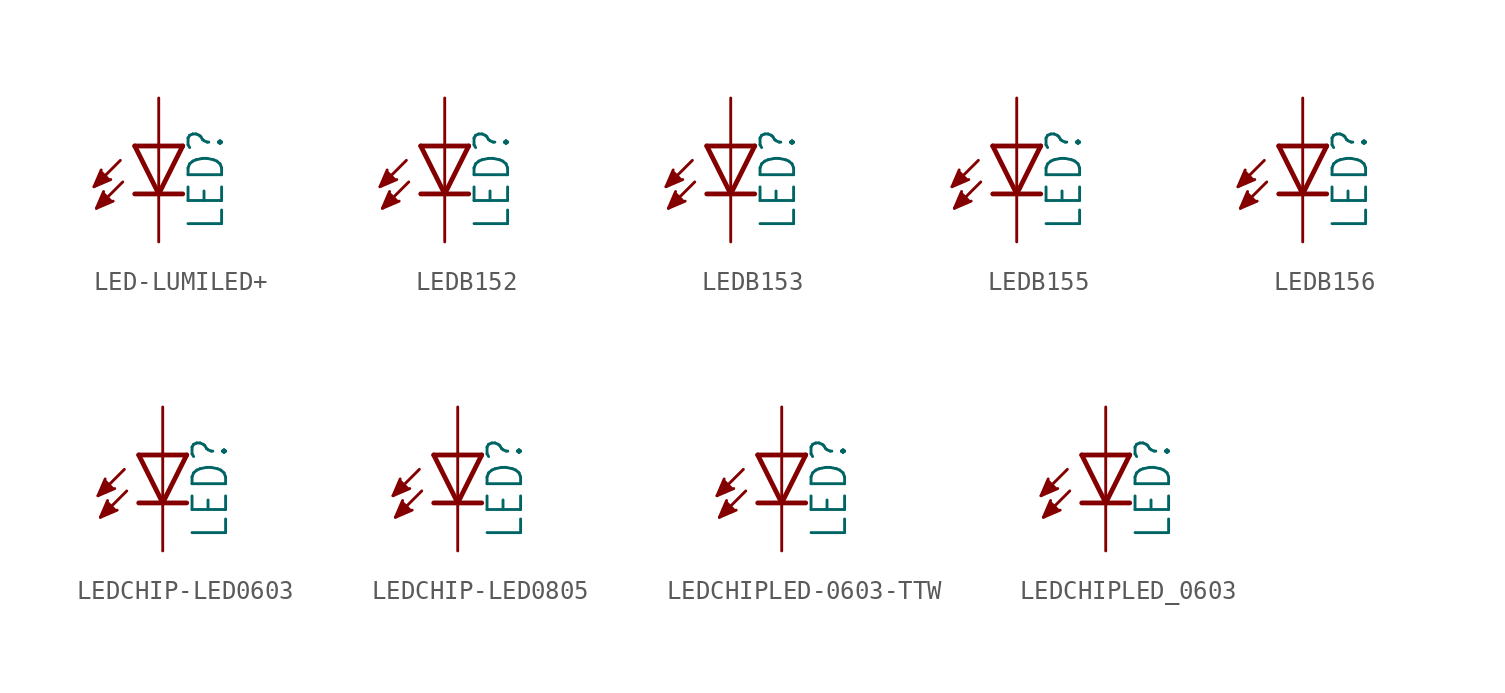
<source format=kicad_sym>
(kicad_symbol_lib
  (version 20231120)
  (generator "kicad_symbol_editor")
  (generator_version "8.0")
  (symbol "LED-LUMILED+"
    (property "Reference" "LED"
      (at 3.556 -4.572 90)
      (effects (font (size 1.778 1.511)) (justify left bottom)))
    (property "Value" ""
      (at 5.715 -4.572 90)
      (effects (font (size 1.778 1.511)) (justify left bottom)))
    (property "ki_locked" ""
      (at 0 0 0)
      (effects (font (size 1.27 1.27))))
    (symbol "LED-LUMILED+_1_0"
      (polyline (pts (xy -2.032 -0.762) (xy -3.429 -2.159)) (stroke (width 0.152) (type solid)) (fill (type none)))
      (polyline (pts (xy -1.905 -1.905) (xy -3.302 -3.302)) (stroke (width 0.152) (type solid)) (fill (type none)))
      (polyline (pts (xy 0 -2.54) (xy -1.27 -2.54)) (stroke (width 0.254) (type solid)) (fill (type none)))
      (polyline (pts (xy 0 -2.54) (xy -1.27 0)) (stroke (width 0.254) (type solid)) (fill (type none)))
      (polyline (pts (xy 0 0) (xy -1.27 0)) (stroke (width 0.254) (type solid)) (fill (type none)))
      (polyline (pts (xy 0 0) (xy 0 -2.54)) (stroke (width 0.152) (type solid)) (fill (type none)))
      (polyline (pts (xy 1.27 -2.54) (xy 0 -2.54)) (stroke (width 0.254) (type solid)) (fill (type none)))
      (polyline (pts (xy 1.27 0) (xy 0 -2.54)) (stroke (width 0.254) (type solid)) (fill (type none)))
      (polyline (pts (xy 1.27 0) (xy 0 0)) (stroke (width 0.254) (type solid)) (fill (type none)))
      (polyline (pts (xy -3.048 -1.27) (xy -3.429 -2.159) (xy -2.54 -1.778)) (stroke (width 0.152) (type solid)) (fill (type outline)))
      (polyline (pts (xy -2.921 -2.413) (xy -3.302 -3.302) (xy -2.413 -2.921)) (stroke (width 0.152) (type solid)) (fill (type outline)))
      (pin passive line (at 0 2.54 270) (length 2.54) (name "A" (effects (font (size 0 0)))) (number "2+" (effects (font (size 0 0)))))
      (pin passive line (at 0 -5.08 90) (length 2.54) (name "C" (effects (font (size 0 0)))) (number "4-" (effects (font (size 0 0)))))))
  (symbol "LEDB152"
    (property "Reference" "LED"
      (at 3.556 -4.572 90)
      (effects (font (size 1.778 1.511)) (justify left bottom)))
    (property "Value" ""
      (at 5.715 -4.572 90)
      (effects (font (size 1.778 1.511)) (justify left bottom)))
    (property "ki_locked" ""
      (at 0 0 0)
      (effects (font (size 1.27 1.27))))
    (symbol "LEDB152_1_0"
      (polyline (pts (xy -2.032 -0.762) (xy -3.429 -2.159)) (stroke (width 0.152) (type solid)) (fill (type none)))
      (polyline (pts (xy -1.905 -1.905) (xy -3.302 -3.302)) (stroke (width 0.152) (type solid)) (fill (type none)))
      (polyline (pts (xy 0 -2.54) (xy -1.27 -2.54)) (stroke (width 0.254) (type solid)) (fill (type none)))
      (polyline (pts (xy 0 -2.54) (xy -1.27 0)) (stroke (width 0.254) (type solid)) (fill (type none)))
      (polyline (pts (xy 0 0) (xy -1.27 0)) (stroke (width 0.254) (type solid)) (fill (type none)))
      (polyline (pts (xy 0 0) (xy 0 -2.54)) (stroke (width 0.152) (type solid)) (fill (type none)))
      (polyline (pts (xy 1.27 -2.54) (xy 0 -2.54)) (stroke (width 0.254) (type solid)) (fill (type none)))
      (polyline (pts (xy 1.27 0) (xy 0 -2.54)) (stroke (width 0.254) (type solid)) (fill (type none)))
      (polyline (pts (xy 1.27 0) (xy 0 0)) (stroke (width 0.254) (type solid)) (fill (type none)))
      (polyline (pts (xy -3.048 -1.27) (xy -3.429 -2.159) (xy -2.54 -1.778)) (stroke (width 0.152) (type solid)) (fill (type outline)))
      (polyline (pts (xy -2.921 -2.413) (xy -3.302 -3.302) (xy -2.413 -2.921)) (stroke (width 0.152) (type solid)) (fill (type outline)))
      (pin passive line (at 0 2.54 270) (length 2.54) (name "A" (effects (font (size 0 0)))) (number "A" (effects (font (size 0 0)))))
      (pin passive line (at 0 -5.08 90) (length 2.54) (name "C" (effects (font (size 0 0)))) (number "K" (effects (font (size 0 0)))))))
  (symbol "LEDB153"
    (property "Reference" "LED"
      (at 3.556 -4.572 90)
      (effects (font (size 1.778 1.511)) (justify left bottom)))
    (property "Value" ""
      (at 5.715 -4.572 90)
      (effects (font (size 1.778 1.511)) (justify left bottom)))
    (property "ki_locked" ""
      (at 0 0 0)
      (effects (font (size 1.27 1.27))))
    (symbol "LEDB153_1_0"
      (polyline (pts (xy -2.032 -0.762) (xy -3.429 -2.159)) (stroke (width 0.152) (type solid)) (fill (type none)))
      (polyline (pts (xy -1.905 -1.905) (xy -3.302 -3.302)) (stroke (width 0.152) (type solid)) (fill (type none)))
      (polyline (pts (xy 0 -2.54) (xy -1.27 -2.54)) (stroke (width 0.254) (type solid)) (fill (type none)))
      (polyline (pts (xy 0 -2.54) (xy -1.27 0)) (stroke (width 0.254) (type solid)) (fill (type none)))
      (polyline (pts (xy 0 0) (xy -1.27 0)) (stroke (width 0.254) (type solid)) (fill (type none)))
      (polyline (pts (xy 0 0) (xy 0 -2.54)) (stroke (width 0.152) (type solid)) (fill (type none)))
      (polyline (pts (xy 1.27 -2.54) (xy 0 -2.54)) (stroke (width 0.254) (type solid)) (fill (type none)))
      (polyline (pts (xy 1.27 0) (xy 0 -2.54)) (stroke (width 0.254) (type solid)) (fill (type none)))
      (polyline (pts (xy 1.27 0) (xy 0 0)) (stroke (width 0.254) (type solid)) (fill (type none)))
      (polyline (pts (xy -3.048 -1.27) (xy -3.429 -2.159) (xy -2.54 -1.778)) (stroke (width 0.152) (type solid)) (fill (type outline)))
      (polyline (pts (xy -2.921 -2.413) (xy -3.302 -3.302) (xy -2.413 -2.921)) (stroke (width 0.152) (type solid)) (fill (type outline)))
      (pin passive line (at 0 2.54 270) (length 2.54) (name "A" (effects (font (size 0 0)))) (number "A" (effects (font (size 0 0)))))
      (pin passive line (at 0 -5.08 90) (length 2.54) (name "C" (effects (font (size 0 0)))) (number "K" (effects (font (size 0 0)))))))
  (symbol "LEDB155"
    (property "Reference" "LED"
      (at 3.556 -4.572 90)
      (effects (font (size 1.778 1.511)) (justify left bottom)))
    (property "Value" ""
      (at 5.715 -4.572 90)
      (effects (font (size 1.778 1.511)) (justify left bottom)))
    (property "ki_locked" ""
      (at 0 0 0)
      (effects (font (size 1.27 1.27))))
    (symbol "LEDB155_1_0"
      (polyline (pts (xy -2.032 -0.762) (xy -3.429 -2.159)) (stroke (width 0.152) (type solid)) (fill (type none)))
      (polyline (pts (xy -1.905 -1.905) (xy -3.302 -3.302)) (stroke (width 0.152) (type solid)) (fill (type none)))
      (polyline (pts (xy 0 -2.54) (xy -1.27 -2.54)) (stroke (width 0.254) (type solid)) (fill (type none)))
      (polyline (pts (xy 0 -2.54) (xy -1.27 0)) (stroke (width 0.254) (type solid)) (fill (type none)))
      (polyline (pts (xy 0 0) (xy -1.27 0)) (stroke (width 0.254) (type solid)) (fill (type none)))
      (polyline (pts (xy 0 0) (xy 0 -2.54)) (stroke (width 0.152) (type solid)) (fill (type none)))
      (polyline (pts (xy 1.27 -2.54) (xy 0 -2.54)) (stroke (width 0.254) (type solid)) (fill (type none)))
      (polyline (pts (xy 1.27 0) (xy 0 -2.54)) (stroke (width 0.254) (type solid)) (fill (type none)))
      (polyline (pts (xy 1.27 0) (xy 0 0)) (stroke (width 0.254) (type solid)) (fill (type none)))
      (polyline (pts (xy -3.048 -1.27) (xy -3.429 -2.159) (xy -2.54 -1.778)) (stroke (width 0.152) (type solid)) (fill (type outline)))
      (polyline (pts (xy -2.921 -2.413) (xy -3.302 -3.302) (xy -2.413 -2.921)) (stroke (width 0.152) (type solid)) (fill (type outline)))
      (pin passive line (at 0 2.54 270) (length 2.54) (name "A" (effects (font (size 0 0)))) (number "A" (effects (font (size 0 0)))))
      (pin passive line (at 0 -5.08 90) (length 2.54) (name "C" (effects (font (size 0 0)))) (number "K" (effects (font (size 0 0)))))))
  (symbol "LEDB156"
    (property "Reference" "LED"
      (at 3.556 -4.572 90)
      (effects (font (size 1.778 1.511)) (justify left bottom)))
    (property "Value" ""
      (at 5.715 -4.572 90)
      (effects (font (size 1.778 1.511)) (justify left bottom)))
    (property "ki_locked" ""
      (at 0 0 0)
      (effects (font (size 1.27 1.27))))
    (symbol "LEDB156_1_0"
      (polyline (pts (xy -2.032 -0.762) (xy -3.429 -2.159)) (stroke (width 0.152) (type solid)) (fill (type none)))
      (polyline (pts (xy -1.905 -1.905) (xy -3.302 -3.302)) (stroke (width 0.152) (type solid)) (fill (type none)))
      (polyline (pts (xy 0 -2.54) (xy -1.27 -2.54)) (stroke (width 0.254) (type solid)) (fill (type none)))
      (polyline (pts (xy 0 -2.54) (xy -1.27 0)) (stroke (width 0.254) (type solid)) (fill (type none)))
      (polyline (pts (xy 0 0) (xy -1.27 0)) (stroke (width 0.254) (type solid)) (fill (type none)))
      (polyline (pts (xy 0 0) (xy 0 -2.54)) (stroke (width 0.152) (type solid)) (fill (type none)))
      (polyline (pts (xy 1.27 -2.54) (xy 0 -2.54)) (stroke (width 0.254) (type solid)) (fill (type none)))
      (polyline (pts (xy 1.27 0) (xy 0 -2.54)) (stroke (width 0.254) (type solid)) (fill (type none)))
      (polyline (pts (xy 1.27 0) (xy 0 0)) (stroke (width 0.254) (type solid)) (fill (type none)))
      (polyline (pts (xy -3.048 -1.27) (xy -3.429 -2.159) (xy -2.54 -1.778)) (stroke (width 0.152) (type solid)) (fill (type outline)))
      (polyline (pts (xy -2.921 -2.413) (xy -3.302 -3.302) (xy -2.413 -2.921)) (stroke (width 0.152) (type solid)) (fill (type outline)))
      (pin passive line (at 0 2.54 270) (length 2.54) (name "A" (effects (font (size 0 0)))) (number "A" (effects (font (size 0 0)))))
      (pin passive line (at 0 -5.08 90) (length 2.54) (name "C" (effects (font (size 0 0)))) (number "K" (effects (font (size 0 0)))))))
  (symbol "LEDCHIP-LED0603"
    (property "Reference" "LED"
      (at 3.556 -4.572 90)
      (effects (font (size 1.778 1.511)) (justify left bottom)))
    (property "Value" ""
      (at 5.715 -4.572 90)
      (effects (font (size 1.778 1.511)) (justify left bottom)))
    (property "ki_locked" ""
      (at 0 0 0)
      (effects (font (size 1.27 1.27))))
    (symbol "LEDCHIP-LED0603_1_0"
      (polyline (pts (xy -2.032 -0.762) (xy -3.429 -2.159)) (stroke (width 0.152) (type solid)) (fill (type none)))
      (polyline (pts (xy -1.905 -1.905) (xy -3.302 -3.302)) (stroke (width 0.152) (type solid)) (fill (type none)))
      (polyline (pts (xy 0 -2.54) (xy -1.27 -2.54)) (stroke (width 0.254) (type solid)) (fill (type none)))
      (polyline (pts (xy 0 -2.54) (xy -1.27 0)) (stroke (width 0.254) (type solid)) (fill (type none)))
      (polyline (pts (xy 0 0) (xy -1.27 0)) (stroke (width 0.254) (type solid)) (fill (type none)))
      (polyline (pts (xy 0 0) (xy 0 -2.54)) (stroke (width 0.152) (type solid)) (fill (type none)))
      (polyline (pts (xy 1.27 -2.54) (xy 0 -2.54)) (stroke (width 0.254) (type solid)) (fill (type none)))
      (polyline (pts (xy 1.27 0) (xy 0 -2.54)) (stroke (width 0.254) (type solid)) (fill (type none)))
      (polyline (pts (xy 1.27 0) (xy 0 0)) (stroke (width 0.254) (type solid)) (fill (type none)))
      (polyline (pts (xy -3.048 -1.27) (xy -3.429 -2.159) (xy -2.54 -1.778)) (stroke (width 0.152) (type solid)) (fill (type outline)))
      (polyline (pts (xy -2.921 -2.413) (xy -3.302 -3.302) (xy -2.413 -2.921)) (stroke (width 0.152) (type solid)) (fill (type outline)))
      (pin passive line (at 0 2.54 270) (length 2.54) (name "A" (effects (font (size 0 0)))) (number "A" (effects (font (size 0 0)))))
      (pin passive line (at 0 -5.08 90) (length 2.54) (name "C" (effects (font (size 0 0)))) (number "C" (effects (font (size 0 0)))))))
  (symbol "LEDCHIP-LED0805"
    (property "Reference" "LED"
      (at 3.556 -4.572 90)
      (effects (font (size 1.778 1.511)) (justify left bottom)))
    (property "Value" ""
      (at 5.715 -4.572 90)
      (effects (font (size 1.778 1.511)) (justify left bottom)))
    (property "ki_locked" ""
      (at 0 0 0)
      (effects (font (size 1.27 1.27))))
    (symbol "LEDCHIP-LED0805_1_0"
      (polyline (pts (xy -2.032 -0.762) (xy -3.429 -2.159)) (stroke (width 0.152) (type solid)) (fill (type none)))
      (polyline (pts (xy -1.905 -1.905) (xy -3.302 -3.302)) (stroke (width 0.152) (type solid)) (fill (type none)))
      (polyline (pts (xy 0 -2.54) (xy -1.27 -2.54)) (stroke (width 0.254) (type solid)) (fill (type none)))
      (polyline (pts (xy 0 -2.54) (xy -1.27 0)) (stroke (width 0.254) (type solid)) (fill (type none)))
      (polyline (pts (xy 0 0) (xy -1.27 0)) (stroke (width 0.254) (type solid)) (fill (type none)))
      (polyline (pts (xy 0 0) (xy 0 -2.54)) (stroke (width 0.152) (type solid)) (fill (type none)))
      (polyline (pts (xy 1.27 -2.54) (xy 0 -2.54)) (stroke (width 0.254) (type solid)) (fill (type none)))
      (polyline (pts (xy 1.27 0) (xy 0 -2.54)) (stroke (width 0.254) (type solid)) (fill (type none)))
      (polyline (pts (xy 1.27 0) (xy 0 0)) (stroke (width 0.254) (type solid)) (fill (type none)))
      (polyline (pts (xy -3.048 -1.27) (xy -3.429 -2.159) (xy -2.54 -1.778)) (stroke (width 0.152) (type solid)) (fill (type outline)))
      (polyline (pts (xy -2.921 -2.413) (xy -3.302 -3.302) (xy -2.413 -2.921)) (stroke (width 0.152) (type solid)) (fill (type outline)))
      (pin passive line (at 0 2.54 270) (length 2.54) (name "A" (effects (font (size 0 0)))) (number "A" (effects (font (size 0 0)))))
      (pin passive line (at 0 -5.08 90) (length 2.54) (name "C" (effects (font (size 0 0)))) (number "C" (effects (font (size 0 0)))))))
  (symbol "LEDCHIPLED-0603-TTW"
    (property "Reference" "LED"
      (at 3.556 -4.572 90)
      (effects (font (size 1.778 1.511)) (justify left bottom)))
    (property "Value" ""
      (at 5.715 -4.572 90)
      (effects (font (size 1.778 1.511)) (justify left bottom)))
    (property "ki_locked" ""
      (at 0 0 0)
      (effects (font (size 1.27 1.27))))
    (symbol "LEDCHIPLED-0603-TTW_1_0"
      (polyline (pts (xy -2.032 -0.762) (xy -3.429 -2.159)) (stroke (width 0.152) (type solid)) (fill (type none)))
      (polyline (pts (xy -1.905 -1.905) (xy -3.302 -3.302)) (stroke (width 0.152) (type solid)) (fill (type none)))
      (polyline (pts (xy 0 -2.54) (xy -1.27 -2.54)) (stroke (width 0.254) (type solid)) (fill (type none)))
      (polyline (pts (xy 0 -2.54) (xy -1.27 0)) (stroke (width 0.254) (type solid)) (fill (type none)))
      (polyline (pts (xy 0 0) (xy -1.27 0)) (stroke (width 0.254) (type solid)) (fill (type none)))
      (polyline (pts (xy 0 0) (xy 0 -2.54)) (stroke (width 0.152) (type solid)) (fill (type none)))
      (polyline (pts (xy 1.27 -2.54) (xy 0 -2.54)) (stroke (width 0.254) (type solid)) (fill (type none)))
      (polyline (pts (xy 1.27 0) (xy 0 -2.54)) (stroke (width 0.254) (type solid)) (fill (type none)))
      (polyline (pts (xy 1.27 0) (xy 0 0)) (stroke (width 0.254) (type solid)) (fill (type none)))
      (polyline (pts (xy -3.048 -1.27) (xy -3.429 -2.159) (xy -2.54 -1.778)) (stroke (width 0.152) (type solid)) (fill (type outline)))
      (polyline (pts (xy -2.921 -2.413) (xy -3.302 -3.302) (xy -2.413 -2.921)) (stroke (width 0.152) (type solid)) (fill (type outline)))
      (pin passive line (at 0 2.54 270) (length 2.54) (name "A" (effects (font (size 0 0)))) (number "A@1" (effects (font (size 0 0)))))
      (pin passive line (at 0 -5.08 90) (length 2.54) (name "C" (effects (font (size 0 0)))) (number "C@1" (effects (font (size 0 0)))))))
  (symbol "LEDCHIPLED_0603"
    (property "Reference" "LED"
      (at 3.556 -4.572 90)
      (effects (font (size 1.778 1.511)) (justify left bottom)))
    (property "Value" ""
      (at 5.715 -4.572 90)
      (effects (font (size 1.778 1.511)) (justify left bottom)))
    (property "ki_locked" ""
      (at 0 0 0)
      (effects (font (size 1.27 1.27))))
    (symbol "LEDCHIPLED_0603_1_0"
      (polyline (pts (xy -2.032 -0.762) (xy -3.429 -2.159)) (stroke (width 0.152) (type solid)) (fill (type none)))
      (polyline (pts (xy -1.905 -1.905) (xy -3.302 -3.302)) (stroke (width 0.152) (type solid)) (fill (type none)))
      (polyline (pts (xy 0 -2.54) (xy -1.27 -2.54)) (stroke (width 0.254) (type solid)) (fill (type none)))
      (polyline (pts (xy 0 -2.54) (xy -1.27 0)) (stroke (width 0.254) (type solid)) (fill (type none)))
      (polyline (pts (xy 0 0) (xy -1.27 0)) (stroke (width 0.254) (type solid)) (fill (type none)))
      (polyline (pts (xy 0 0) (xy 0 -2.54)) (stroke (width 0.152) (type solid)) (fill (type none)))
      (polyline (pts (xy 1.27 -2.54) (xy 0 -2.54)) (stroke (width 0.254) (type solid)) (fill (type none)))
      (polyline (pts (xy 1.27 0) (xy 0 -2.54)) (stroke (width 0.254) (type solid)) (fill (type none)))
      (polyline (pts (xy 1.27 0) (xy 0 0)) (stroke (width 0.254) (type solid)) (fill (type none)))
      (polyline (pts (xy -3.048 -1.27) (xy -3.429 -2.159) (xy -2.54 -1.778)) (stroke (width 0.152) (type solid)) (fill (type outline)))
      (polyline (pts (xy -2.921 -2.413) (xy -3.302 -3.302) (xy -2.413 -2.921)) (stroke (width 0.152) (type solid)) (fill (type outline)))
      (pin passive line (at 0 2.54 270) (length 2.54) (name "A" (effects (font (size 0 0)))) (number "A" (effects (font (size 0 0)))))
      (pin passive line (at 0 -5.08 90) (length 2.54) (name "C" (effects (font (size 0 0)))) (number "C" (effects (font (size 0 0))))))))
</source>
